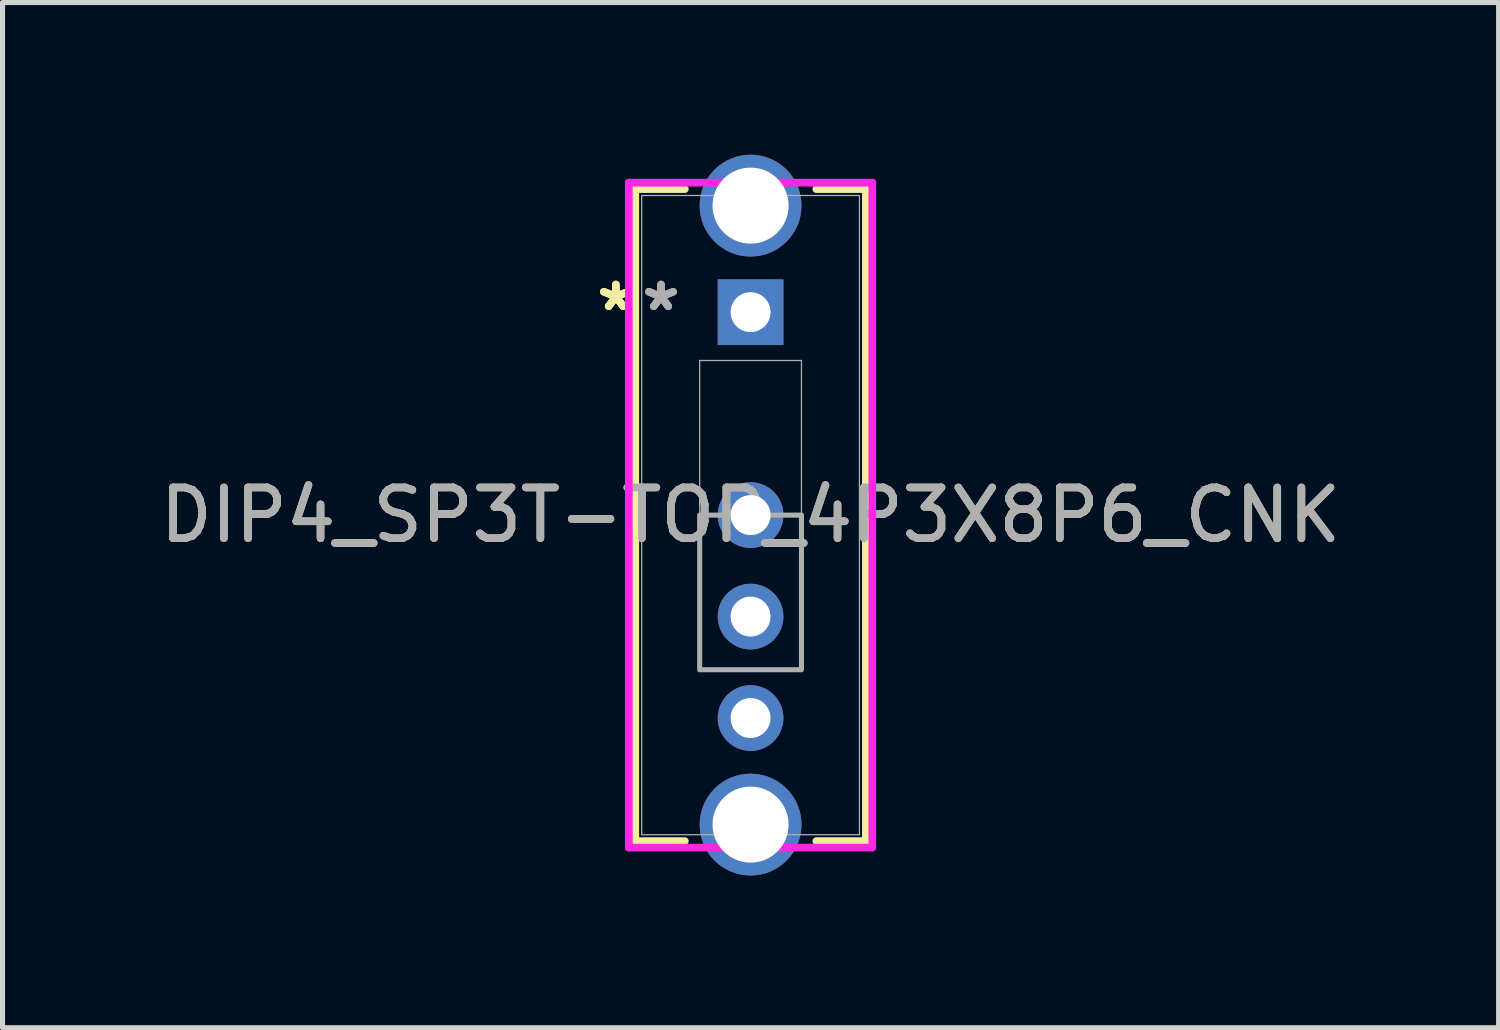
<source format=kicad_pcb>
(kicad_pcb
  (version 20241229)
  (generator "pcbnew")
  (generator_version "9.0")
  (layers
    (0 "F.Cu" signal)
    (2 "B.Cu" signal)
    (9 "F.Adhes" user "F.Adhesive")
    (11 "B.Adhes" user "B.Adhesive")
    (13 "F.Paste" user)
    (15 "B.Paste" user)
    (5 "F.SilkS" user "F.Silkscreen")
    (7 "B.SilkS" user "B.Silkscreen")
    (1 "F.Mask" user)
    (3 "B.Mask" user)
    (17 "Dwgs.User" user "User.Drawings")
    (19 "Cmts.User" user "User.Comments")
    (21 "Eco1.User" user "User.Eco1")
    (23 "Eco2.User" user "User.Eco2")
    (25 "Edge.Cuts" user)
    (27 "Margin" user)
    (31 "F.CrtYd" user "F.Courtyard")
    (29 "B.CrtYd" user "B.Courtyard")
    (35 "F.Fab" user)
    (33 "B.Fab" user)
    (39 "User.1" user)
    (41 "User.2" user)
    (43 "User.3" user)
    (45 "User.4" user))
  (footprint "DIP4_SP3T-TOP_4P3X8P6_CNK"
    (layer "F.Cu")
    (at 11.744 3.103)
    (property "Reference" "DIP4_SP3T-TOP_4P3X8P6_CNK" (at 0 4 0) (unlocked yes) (layer "F.SilkS") (effects (font (size 1 1) (thickness 0.15))))
    (attr through_hole)
    (fp_line (start -2.273 -2.426) (end -2.273 10.426) (stroke (width 0.152) (type solid)) (layer "F.SilkS"))
    (fp_line (start -2.273 10.426) (end -1.296 10.426) (stroke (width 0.152) (type solid)) (layer "F.SilkS"))
    (fp_line (start -1.296 -2.426) (end -2.273 -2.426) (stroke (width 0.152) (type solid)) (layer "F.SilkS"))
    (fp_line (start 1.296 10.426) (end 2.273 10.426) (stroke (width 0.152) (type solid)) (layer "F.SilkS"))
    (fp_line (start 2.273 -2.426) (end 1.296 -2.426) (stroke (width 0.152) (type solid)) (layer "F.SilkS"))
    (fp_line (start 2.273 10.426) (end 2.273 -2.426) (stroke (width 0.152) (type solid)) (layer "F.SilkS"))
    (fp_line (start -2.4 -2.553) (end -2.4 10.553) (stroke (width 0.152) (type solid)) (layer "F.CrtYd"))
    (fp_line (start -2.4 10.553) (end 2.4 10.553) (stroke (width 0.152) (type solid)) (layer "F.CrtYd"))
    (fp_line (start 2.4 -2.553) (end -2.4 -2.553) (stroke (width 0.152) (type solid)) (layer "F.CrtYd"))
    (fp_line (start 2.4 10.553) (end 2.4 -2.553) (stroke (width 0.152) (type solid)) (layer "F.CrtYd"))
    (fp_line (start -2.146 -2.299) (end -2.146 10.299) (stroke (width 0.025) (type solid)) (layer "F.Fab"))
    (fp_line (start -2.146 10.299) (end 2.146 10.299) (stroke (width 0.025) (type solid)) (layer "F.Fab"))
    (fp_line (start -1.003 0.952) (end 1.003 0.952) (stroke (width 0.025) (type solid)) (layer "F.Fab"))
    (fp_line (start -1.003 7.048) (end -1.003 0.952) (stroke (width 0.025) (type solid)) (layer "F.Fab"))
    (fp_line (start 1.003 0.952) (end 1.003 7.048) (stroke (width 0.025) (type solid)) (layer "F.Fab"))
    (fp_line (start 1.003 7.048) (end -1.003 7.048) (stroke (width 0.025) (type solid)) (layer "F.Fab"))
    (fp_line (start 2.146 -2.299) (end -2.146 -2.299) (stroke (width 0.025) (type solid)) (layer "F.Fab"))
    (fp_line (start 2.146 10.299) (end 2.146 -2.299) (stroke (width 0.025) (type solid)) (layer "F.Fab"))
    (fp_poly (pts (xy -1.003 7.048) (xy -1.003 4) (xy 1.003 4) (xy 1.003 7.048)) (stroke (width 0.1) (type solid)) (fill no) (layer "F.Fab"))
    (fp_text user "*" (at -2.654 0 0) (layer "F.SilkS") (effects (font (size 1 1) (thickness 0.15))))
    (fp_text user "*" (at -2.654 0 0) (unlocked yes) (layer "F.SilkS") (effects (font (size 1 1) (thickness 0.15))))
    (fp_text user "*" (at -1.765 0 0) (layer "F.Fab") (effects (font (size 1 1) (thickness 0.15))))
    (fp_text user "${REFERENCE}" (at 0 4 0) (unlocked yes) (layer "F.Fab") (effects (font (size 1 1) (thickness 0.15))))
    (fp_text user "*" (at -1.765 0 0) (unlocked yes) (layer "F.Fab") (effects (font (size 1 1) (thickness 0.15))))
    (pad "1" thru_hole rect (at 0 0) (size 1.295 1.295) (drill 0.787) (layers "*.Cu" "*.Mask"))
    (pad "2" thru_hole circle (at 0 4) (size 1.295 1.295) (drill 0.787) (layers "*.Cu" "*.Mask"))
    (pad "3" thru_hole circle (at 0 6) (size 1.295 1.295) (drill 0.787) (layers "*.Cu" "*.Mask"))
    (pad "4" thru_hole circle (at 0 8) (size 1.295 1.295) (drill 0.787) (layers "*.Cu" "*.Mask"))
    (pad "6" thru_hole circle (at 0 -2.1 90) (size 2.007 2.007) (drill 1.499) (layers "*.Cu" "*.Mask"))
    (pad "7" thru_hole circle (at 0 10.1 90) (size 2.007 2.007) (drill 1.499) (layers "*.Cu" "*.Mask")))
  (gr_rect
    (start -3 -3)
    (end 26.488 17.207)
    (stroke (width 0.1) (type default))
    (fill no)
    (layer "Edge.Cuts")))
</source>
